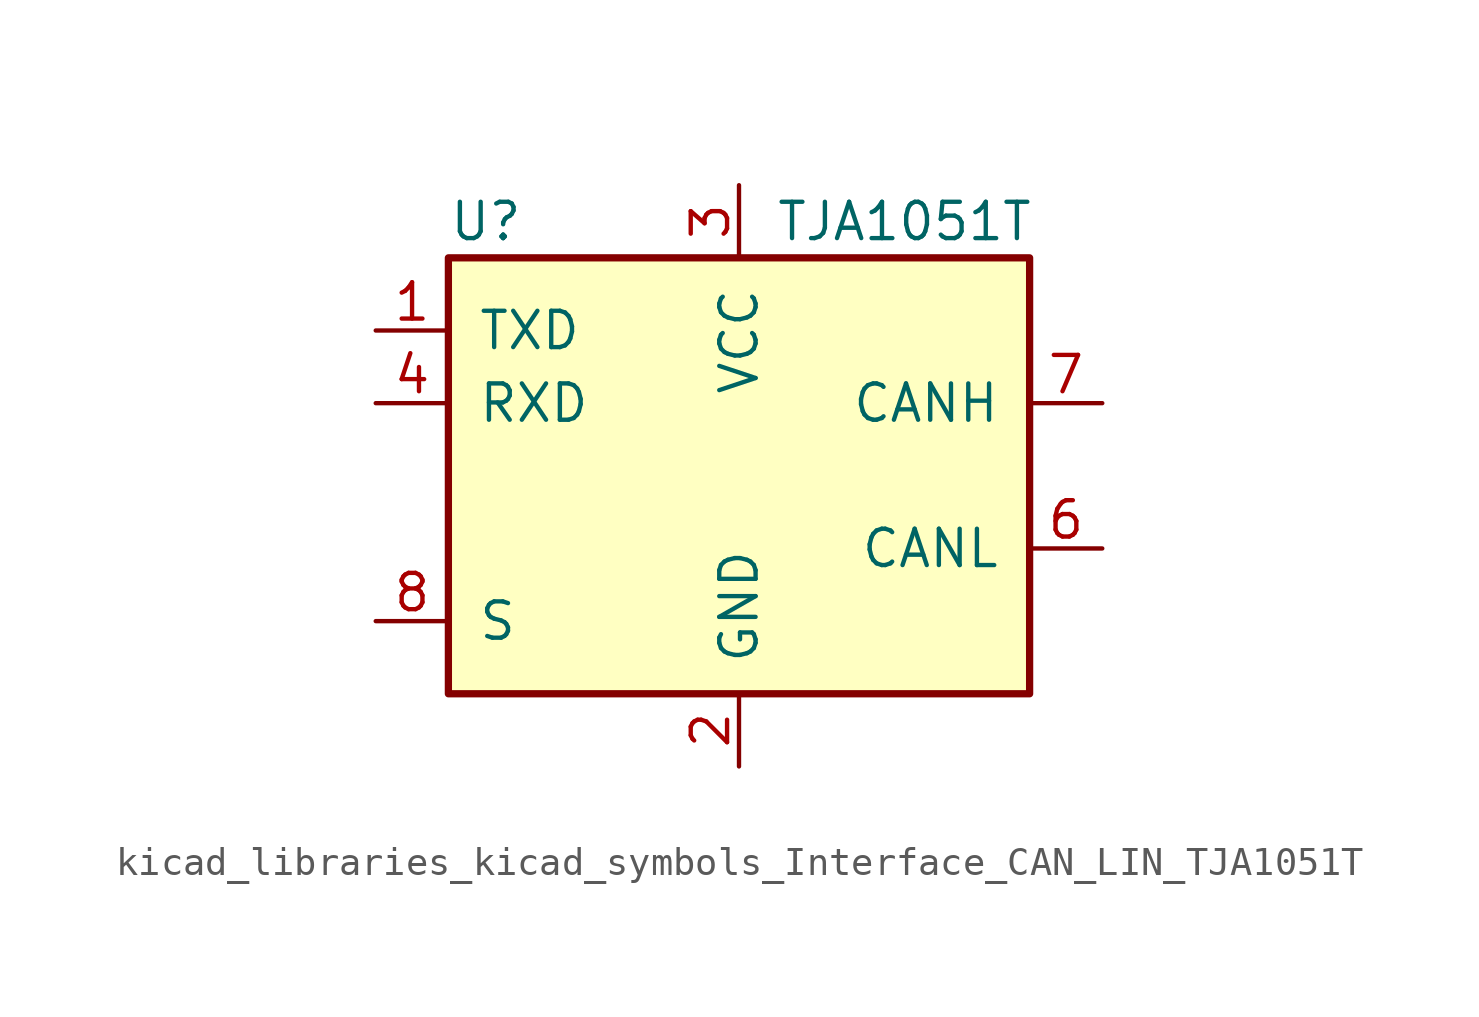
<source format=kicad_sym>
(kicad_symbol_lib
  (version 20220914)
  (generator kicad_symbol_editor)
  (symbol "kicad_libraries_kicad_symbols_Interface_CAN_LIN_TJA1051T"
    (pin_names
      (offset 1.016))
    (property "Reference" "U"
      (at -10.16 8.89 0)
      (effects (font (size 1.27 1.27)) (justify left)))
    (property "Value" "TJA1051T"
      (at 1.27 8.89 0)
      (effects (font (size 1.27 1.27)) (justify left)))
    (symbol "kicad_libraries_kicad_symbols_Interface_CAN_LIN_TJA1051T_0_1"
      (rectangle (start -10.16 7.62) (end 10.16 -7.62) (stroke (width 0.254) (type default)) (fill (type background))))
    (symbol "kicad_libraries_kicad_symbols_Interface_CAN_LIN_TJA1051T_1_1"
      (pin input line (at -12.7 5.08 0) (length 2.54) (name "TXD" (effects (font (size 1.27 1.27)))) (number "1" (effects (font (size 1.27 1.27)))))
      (pin power_in line (at 0 -10.16 90) (length 2.54) (name "GND" (effects (font (size 1.27 1.27)))) (number "2" (effects (font (size 1.27 1.27)))))
      (pin power_in line (at 0 10.16 270) (length 2.54) (name "VCC" (effects (font (size 1.27 1.27)))) (number "3" (effects (font (size 1.27 1.27)))))
      (pin output line (at -12.7 2.54 0) (length 2.54) (name "RXD" (effects (font (size 1.27 1.27)))) (number "4" (effects (font (size 1.27 1.27)))))
      (pin no_connect line (at -10.16 -2.54 0) (length 2.54) hide (name "NC" (effects (font (size 1.27 1.27)))) (number "5" (effects (font (size 1.27 1.27)))))
      (pin bidirectional line (at 12.7 -2.54 180) (length 2.54) (name "CANL" (effects (font (size 1.27 1.27)))) (number "6" (effects (font (size 1.27 1.27)))))
      (pin bidirectional line (at 12.7 2.54 180) (length 2.54) (name "CANH" (effects (font (size 1.27 1.27)))) (number "7" (effects (font (size 1.27 1.27)))))
      (pin input line (at -12.7 -5.08 0) (length 2.54) (name "S" (effects (font (size 1.27 1.27)))) (number "8" (effects (font (size 1.27 1.27))))))))
</source>
